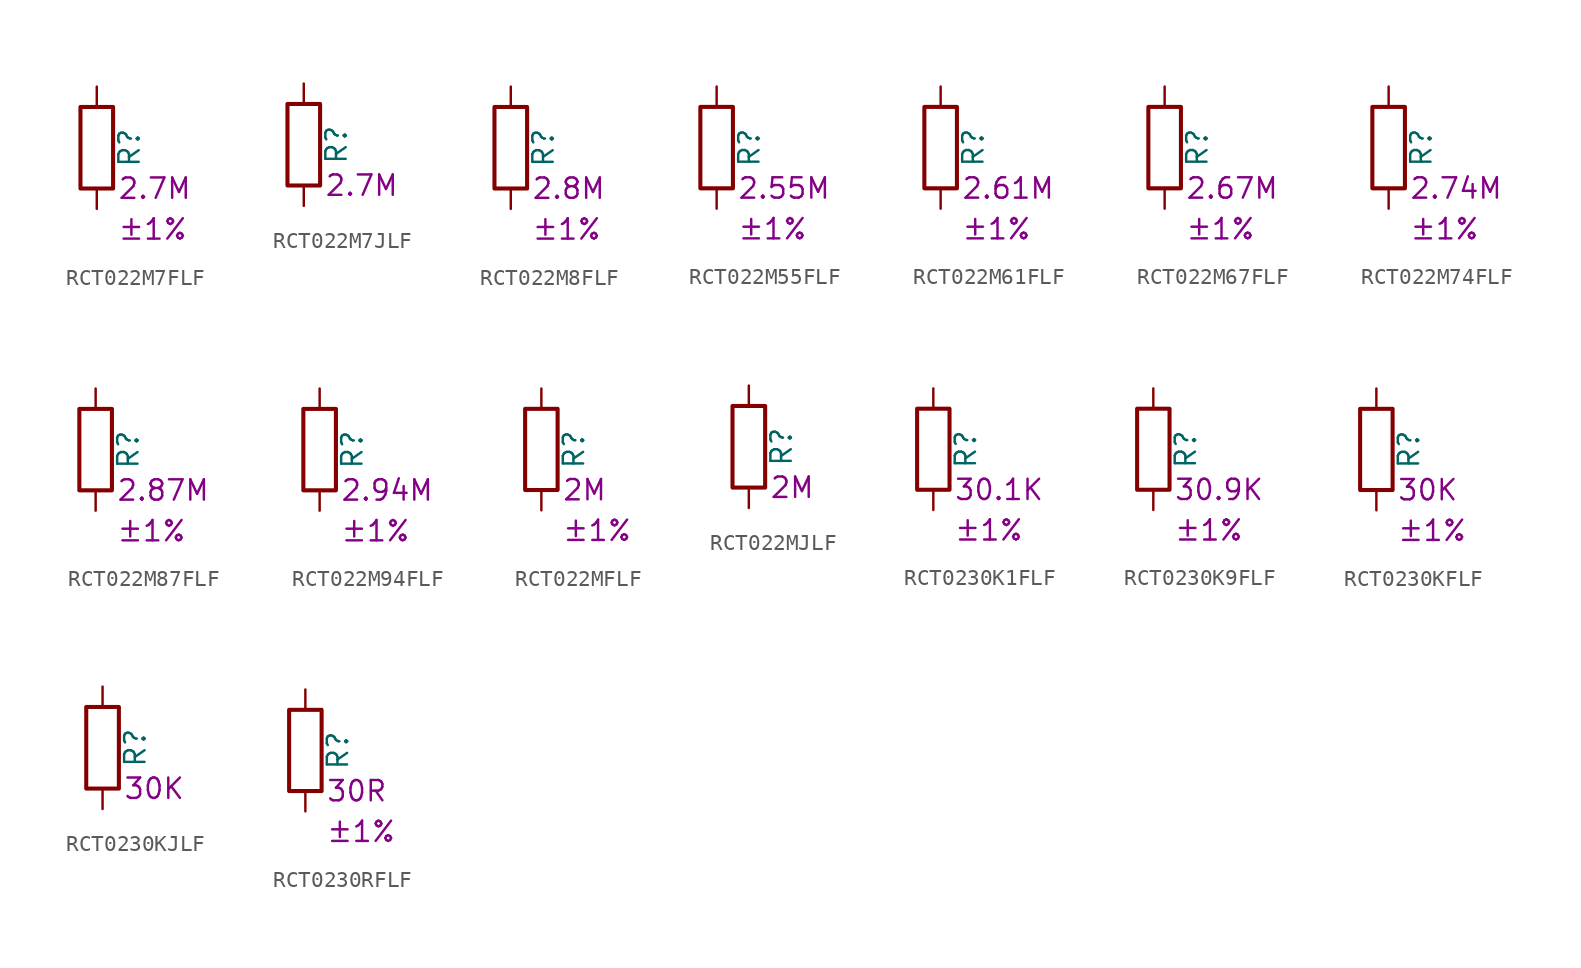
<source format=kicad_sym>
(kicad_symbol_lib
  (version 20220914)
  (generator kicad_symbol_editor)
  (symbol "RCT022M7FLF"
    (pin_numbers hide)
    (pin_names
      (offset 0))
    (property "Reference" "R"
      (at 2.032 0 90)
      (effects (font (size 1.27 1.27))))
    (property "Resistance" "2.7M"
      (at 1.27 -2.54 0)
      (effects (font (size 1.27 1.27)) (justify left)))
    (property "Tolerance" "±1%"
      (at 1.27 -5.08 0)
      (effects (font (size 1.27 1.27)) (justify left)))
    (symbol "RCT022M7FLF_0_1"
      (rectangle (start -1.016 -2.54) (end 1.016 2.54) (stroke (width 0.254) (type default)) (fill (type none))))
    (symbol "RCT022M7FLF_1_1"
      (pin passive line (at 0 3.81 270) (length 1.27) (name "~" (effects (font (size 1.27 1.27)))) (number "1" (effects (font (size 1.27 1.27)))))
      (pin passive line (at 0 -3.81 90) (length 1.27) (name "~" (effects (font (size 1.27 1.27)))) (number "2" (effects (font (size 1.27 1.27)))))))
  (symbol "RCT022M7JLF"
    (pin_numbers hide)
    (pin_names
      (offset 0))
    (property "Reference" "R"
      (at 2.032 0 90)
      (effects (font (size 1.27 1.27))))
    (property "Resistance" "2.7M"
      (at 1.27 -2.54 0)
      (effects (font (size 1.27 1.27)) (justify left)))
    (symbol "RCT022M7JLF_0_1"
      (rectangle (start -1.016 -2.54) (end 1.016 2.54) (stroke (width 0.254) (type default)) (fill (type none))))
    (symbol "RCT022M7JLF_1_1"
      (pin passive line (at 0 3.81 270) (length 1.27) (name "~" (effects (font (size 1.27 1.27)))) (number "1" (effects (font (size 1.27 1.27)))))
      (pin passive line (at 0 -3.81 90) (length 1.27) (name "~" (effects (font (size 1.27 1.27)))) (number "2" (effects (font (size 1.27 1.27)))))))
  (symbol "RCT022M8FLF"
    (pin_numbers hide)
    (pin_names
      (offset 0))
    (property "Reference" "R"
      (at 2.032 0 90)
      (effects (font (size 1.27 1.27))))
    (property "Resistance" "2.8M"
      (at 1.27 -2.54 0)
      (effects (font (size 1.27 1.27)) (justify left)))
    (property "Tolerance" "±1%"
      (at 1.27 -5.08 0)
      (effects (font (size 1.27 1.27)) (justify left)))
    (symbol "RCT022M8FLF_0_1"
      (rectangle (start -1.016 -2.54) (end 1.016 2.54) (stroke (width 0.254) (type default)) (fill (type none))))
    (symbol "RCT022M8FLF_1_1"
      (pin passive line (at 0 3.81 270) (length 1.27) (name "~" (effects (font (size 1.27 1.27)))) (number "1" (effects (font (size 1.27 1.27)))))
      (pin passive line (at 0 -3.81 90) (length 1.27) (name "~" (effects (font (size 1.27 1.27)))) (number "2" (effects (font (size 1.27 1.27)))))))
  (symbol "RCT022M55FLF"
    (pin_numbers hide)
    (pin_names
      (offset 0))
    (property "Reference" "R"
      (at 2.032 0 90)
      (effects (font (size 1.27 1.27))))
    (property "Resistance" "2.55M"
      (at 1.27 -2.54 0)
      (effects (font (size 1.27 1.27)) (justify left)))
    (property "Tolerance" "±1%"
      (at 1.27 -5.08 0)
      (effects (font (size 1.27 1.27)) (justify left)))
    (symbol "RCT022M55FLF_0_1"
      (rectangle (start -1.016 -2.54) (end 1.016 2.54) (stroke (width 0.254) (type default)) (fill (type none))))
    (symbol "RCT022M55FLF_1_1"
      (pin passive line (at 0 3.81 270) (length 1.27) (name "~" (effects (font (size 1.27 1.27)))) (number "1" (effects (font (size 1.27 1.27)))))
      (pin passive line (at 0 -3.81 90) (length 1.27) (name "~" (effects (font (size 1.27 1.27)))) (number "2" (effects (font (size 1.27 1.27)))))))
  (symbol "RCT022M61FLF"
    (pin_numbers hide)
    (pin_names
      (offset 0))
    (property "Reference" "R"
      (at 2.032 0 90)
      (effects (font (size 1.27 1.27))))
    (property "Resistance" "2.61M"
      (at 1.27 -2.54 0)
      (effects (font (size 1.27 1.27)) (justify left)))
    (property "Tolerance" "±1%"
      (at 1.27 -5.08 0)
      (effects (font (size 1.27 1.27)) (justify left)))
    (symbol "RCT022M61FLF_0_1"
      (rectangle (start -1.016 -2.54) (end 1.016 2.54) (stroke (width 0.254) (type default)) (fill (type none))))
    (symbol "RCT022M61FLF_1_1"
      (pin passive line (at 0 3.81 270) (length 1.27) (name "~" (effects (font (size 1.27 1.27)))) (number "1" (effects (font (size 1.27 1.27)))))
      (pin passive line (at 0 -3.81 90) (length 1.27) (name "~" (effects (font (size 1.27 1.27)))) (number "2" (effects (font (size 1.27 1.27)))))))
  (symbol "RCT022M67FLF"
    (pin_numbers hide)
    (pin_names
      (offset 0))
    (property "Reference" "R"
      (at 2.032 0 90)
      (effects (font (size 1.27 1.27))))
    (property "Resistance" "2.67M"
      (at 1.27 -2.54 0)
      (effects (font (size 1.27 1.27)) (justify left)))
    (property "Tolerance" "±1%"
      (at 1.27 -5.08 0)
      (effects (font (size 1.27 1.27)) (justify left)))
    (symbol "RCT022M67FLF_0_1"
      (rectangle (start -1.016 -2.54) (end 1.016 2.54) (stroke (width 0.254) (type default)) (fill (type none))))
    (symbol "RCT022M67FLF_1_1"
      (pin passive line (at 0 3.81 270) (length 1.27) (name "~" (effects (font (size 1.27 1.27)))) (number "1" (effects (font (size 1.27 1.27)))))
      (pin passive line (at 0 -3.81 90) (length 1.27) (name "~" (effects (font (size 1.27 1.27)))) (number "2" (effects (font (size 1.27 1.27)))))))
  (symbol "RCT022M74FLF"
    (pin_numbers hide)
    (pin_names
      (offset 0))
    (property "Reference" "R"
      (at 2.032 0 90)
      (effects (font (size 1.27 1.27))))
    (property "Resistance" "2.74M"
      (at 1.27 -2.54 0)
      (effects (font (size 1.27 1.27)) (justify left)))
    (property "Tolerance" "±1%"
      (at 1.27 -5.08 0)
      (effects (font (size 1.27 1.27)) (justify left)))
    (symbol "RCT022M74FLF_0_1"
      (rectangle (start -1.016 -2.54) (end 1.016 2.54) (stroke (width 0.254) (type default)) (fill (type none))))
    (symbol "RCT022M74FLF_1_1"
      (pin passive line (at 0 3.81 270) (length 1.27) (name "~" (effects (font (size 1.27 1.27)))) (number "1" (effects (font (size 1.27 1.27)))))
      (pin passive line (at 0 -3.81 90) (length 1.27) (name "~" (effects (font (size 1.27 1.27)))) (number "2" (effects (font (size 1.27 1.27)))))))
  (symbol "RCT022M87FLF"
    (pin_numbers hide)
    (pin_names
      (offset 0))
    (property "Reference" "R"
      (at 2.032 0 90)
      (effects (font (size 1.27 1.27))))
    (property "Resistance" "2.87M"
      (at 1.27 -2.54 0)
      (effects (font (size 1.27 1.27)) (justify left)))
    (property "Tolerance" "±1%"
      (at 1.27 -5.08 0)
      (effects (font (size 1.27 1.27)) (justify left)))
    (symbol "RCT022M87FLF_0_1"
      (rectangle (start -1.016 -2.54) (end 1.016 2.54) (stroke (width 0.254) (type default)) (fill (type none))))
    (symbol "RCT022M87FLF_1_1"
      (pin passive line (at 0 3.81 270) (length 1.27) (name "~" (effects (font (size 1.27 1.27)))) (number "1" (effects (font (size 1.27 1.27)))))
      (pin passive line (at 0 -3.81 90) (length 1.27) (name "~" (effects (font (size 1.27 1.27)))) (number "2" (effects (font (size 1.27 1.27)))))))
  (symbol "RCT022M94FLF"
    (pin_numbers hide)
    (pin_names
      (offset 0))
    (property "Reference" "R"
      (at 2.032 0 90)
      (effects (font (size 1.27 1.27))))
    (property "Resistance" "2.94M"
      (at 1.27 -2.54 0)
      (effects (font (size 1.27 1.27)) (justify left)))
    (property "Tolerance" "±1%"
      (at 1.27 -5.08 0)
      (effects (font (size 1.27 1.27)) (justify left)))
    (symbol "RCT022M94FLF_0_1"
      (rectangle (start -1.016 -2.54) (end 1.016 2.54) (stroke (width 0.254) (type default)) (fill (type none))))
    (symbol "RCT022M94FLF_1_1"
      (pin passive line (at 0 3.81 270) (length 1.27) (name "~" (effects (font (size 1.27 1.27)))) (number "1" (effects (font (size 1.27 1.27)))))
      (pin passive line (at 0 -3.81 90) (length 1.27) (name "~" (effects (font (size 1.27 1.27)))) (number "2" (effects (font (size 1.27 1.27)))))))
  (symbol "RCT022MFLF"
    (pin_numbers hide)
    (pin_names
      (offset 0))
    (property "Reference" "R"
      (at 2.032 0 90)
      (effects (font (size 1.27 1.27))))
    (property "Resistance" "2M"
      (at 1.27 -2.54 0)
      (effects (font (size 1.27 1.27)) (justify left)))
    (property "Tolerance" "±1%"
      (at 1.27 -5.08 0)
      (effects (font (size 1.27 1.27)) (justify left)))
    (symbol "RCT022MFLF_0_1"
      (rectangle (start -1.016 -2.54) (end 1.016 2.54) (stroke (width 0.254) (type default)) (fill (type none))))
    (symbol "RCT022MFLF_1_1"
      (pin passive line (at 0 3.81 270) (length 1.27) (name "~" (effects (font (size 1.27 1.27)))) (number "1" (effects (font (size 1.27 1.27)))))
      (pin passive line (at 0 -3.81 90) (length 1.27) (name "~" (effects (font (size 1.27 1.27)))) (number "2" (effects (font (size 1.27 1.27)))))))
  (symbol "RCT022MJLF"
    (pin_numbers hide)
    (pin_names
      (offset 0))
    (property "Reference" "R"
      (at 2.032 0 90)
      (effects (font (size 1.27 1.27))))
    (property "Resistance" "2M"
      (at 1.27 -2.54 0)
      (effects (font (size 1.27 1.27)) (justify left)))
    (symbol "RCT022MJLF_0_1"
      (rectangle (start -1.016 -2.54) (end 1.016 2.54) (stroke (width 0.254) (type default)) (fill (type none))))
    (symbol "RCT022MJLF_1_1"
      (pin passive line (at 0 3.81 270) (length 1.27) (name "~" (effects (font (size 1.27 1.27)))) (number "1" (effects (font (size 1.27 1.27)))))
      (pin passive line (at 0 -3.81 90) (length 1.27) (name "~" (effects (font (size 1.27 1.27)))) (number "2" (effects (font (size 1.27 1.27)))))))
  (symbol "RCT0230K1FLF"
    (pin_numbers hide)
    (pin_names
      (offset 0))
    (property "Reference" "R"
      (at 2.032 0 90)
      (effects (font (size 1.27 1.27))))
    (property "Resistance" "30.1K"
      (at 1.27 -2.54 0)
      (effects (font (size 1.27 1.27)) (justify left)))
    (property "Tolerance" "±1%"
      (at 1.27 -5.08 0)
      (effects (font (size 1.27 1.27)) (justify left)))
    (symbol "RCT0230K1FLF_0_1"
      (rectangle (start -1.016 -2.54) (end 1.016 2.54) (stroke (width 0.254) (type default)) (fill (type none))))
    (symbol "RCT0230K1FLF_1_1"
      (pin passive line (at 0 3.81 270) (length 1.27) (name "~" (effects (font (size 1.27 1.27)))) (number "1" (effects (font (size 1.27 1.27)))))
      (pin passive line (at 0 -3.81 90) (length 1.27) (name "~" (effects (font (size 1.27 1.27)))) (number "2" (effects (font (size 1.27 1.27)))))))
  (symbol "RCT0230K9FLF"
    (pin_numbers hide)
    (pin_names
      (offset 0))
    (property "Reference" "R"
      (at 2.032 0 90)
      (effects (font (size 1.27 1.27))))
    (property "Resistance" "30.9K"
      (at 1.27 -2.54 0)
      (effects (font (size 1.27 1.27)) (justify left)))
    (property "Tolerance" "±1%"
      (at 1.27 -5.08 0)
      (effects (font (size 1.27 1.27)) (justify left)))
    (symbol "RCT0230K9FLF_0_1"
      (rectangle (start -1.016 -2.54) (end 1.016 2.54) (stroke (width 0.254) (type default)) (fill (type none))))
    (symbol "RCT0230K9FLF_1_1"
      (pin passive line (at 0 3.81 270) (length 1.27) (name "~" (effects (font (size 1.27 1.27)))) (number "1" (effects (font (size 1.27 1.27)))))
      (pin passive line (at 0 -3.81 90) (length 1.27) (name "~" (effects (font (size 1.27 1.27)))) (number "2" (effects (font (size 1.27 1.27)))))))
  (symbol "RCT0230KFLF"
    (pin_numbers hide)
    (pin_names
      (offset 0))
    (property "Reference" "R"
      (at 2.032 0 90)
      (effects (font (size 1.27 1.27))))
    (property "Resistance" "30K"
      (at 1.27 -2.54 0)
      (effects (font (size 1.27 1.27)) (justify left)))
    (property "Tolerance" "±1%"
      (at 1.27 -5.08 0)
      (effects (font (size 1.27 1.27)) (justify left)))
    (symbol "RCT0230KFLF_0_1"
      (rectangle (start -1.016 -2.54) (end 1.016 2.54) (stroke (width 0.254) (type default)) (fill (type none))))
    (symbol "RCT0230KFLF_1_1"
      (pin passive line (at 0 3.81 270) (length 1.27) (name "~" (effects (font (size 1.27 1.27)))) (number "1" (effects (font (size 1.27 1.27)))))
      (pin passive line (at 0 -3.81 90) (length 1.27) (name "~" (effects (font (size 1.27 1.27)))) (number "2" (effects (font (size 1.27 1.27)))))))
  (symbol "RCT0230KJLF"
    (pin_numbers hide)
    (pin_names
      (offset 0))
    (property "Reference" "R"
      (at 2.032 0 90)
      (effects (font (size 1.27 1.27))))
    (property "Resistance" "30K"
      (at 1.27 -2.54 0)
      (effects (font (size 1.27 1.27)) (justify left)))
    (symbol "RCT0230KJLF_0_1"
      (rectangle (start -1.016 -2.54) (end 1.016 2.54) (stroke (width 0.254) (type default)) (fill (type none))))
    (symbol "RCT0230KJLF_1_1"
      (pin passive line (at 0 3.81 270) (length 1.27) (name "~" (effects (font (size 1.27 1.27)))) (number "1" (effects (font (size 1.27 1.27)))))
      (pin passive line (at 0 -3.81 90) (length 1.27) (name "~" (effects (font (size 1.27 1.27)))) (number "2" (effects (font (size 1.27 1.27)))))))
  (symbol "RCT0230RFLF"
    (pin_numbers hide)
    (pin_names
      (offset 0))
    (property "Reference" "R"
      (at 2.032 0 90)
      (effects (font (size 1.27 1.27))))
    (property "Resistance" "30R"
      (at 1.27 -2.54 0)
      (effects (font (size 1.27 1.27)) (justify left)))
    (property "Tolerance" "±1%"
      (at 1.27 -5.08 0)
      (effects (font (size 1.27 1.27)) (justify left)))
    (symbol "RCT0230RFLF_0_1"
      (rectangle (start -1.016 -2.54) (end 1.016 2.54) (stroke (width 0.254) (type default)) (fill (type none))))
    (symbol "RCT0230RFLF_1_1"
      (pin passive line (at 0 3.81 270) (length 1.27) (name "~" (effects (font (size 1.27 1.27)))) (number "1" (effects (font (size 1.27 1.27)))))
      (pin passive line (at 0 -3.81 90) (length 1.27) (name "~" (effects (font (size 1.27 1.27)))) (number "2" (effects (font (size 1.27 1.27))))))))
</source>
